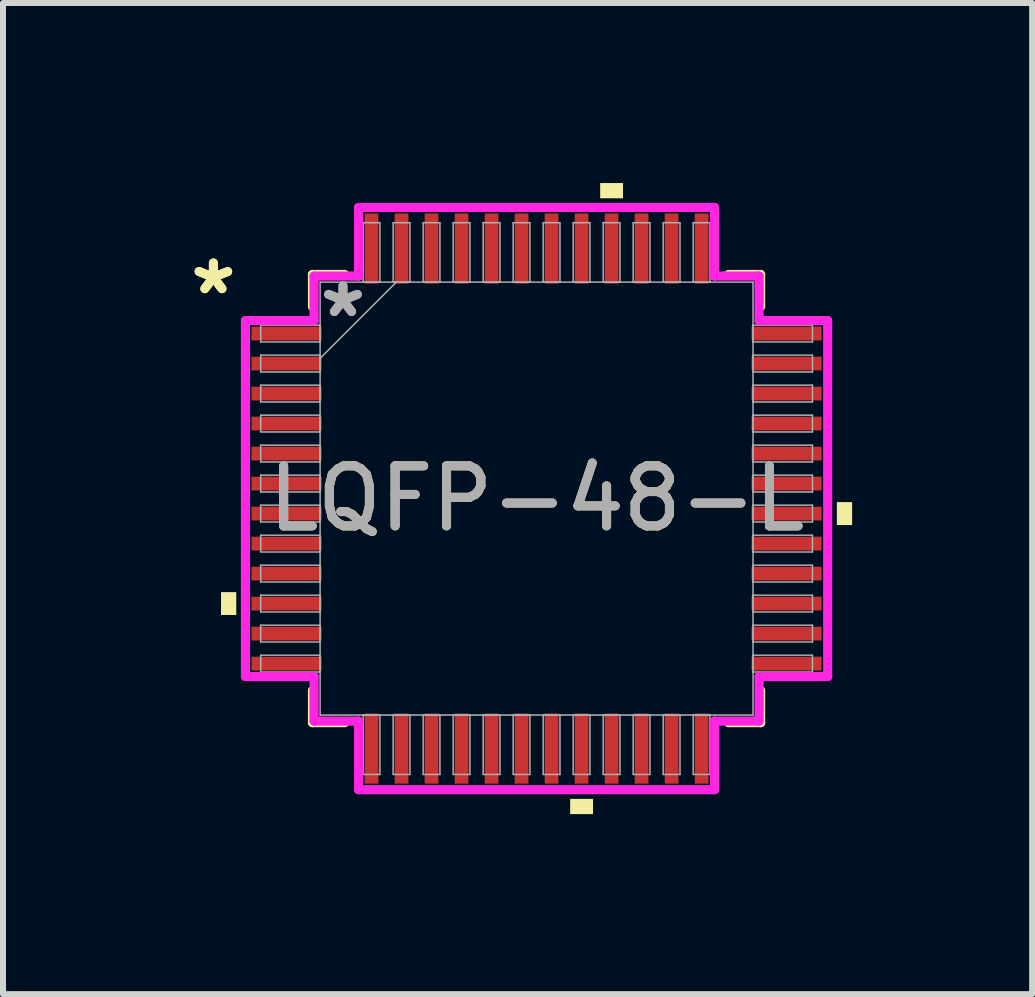
<source format=kicad_pcb>
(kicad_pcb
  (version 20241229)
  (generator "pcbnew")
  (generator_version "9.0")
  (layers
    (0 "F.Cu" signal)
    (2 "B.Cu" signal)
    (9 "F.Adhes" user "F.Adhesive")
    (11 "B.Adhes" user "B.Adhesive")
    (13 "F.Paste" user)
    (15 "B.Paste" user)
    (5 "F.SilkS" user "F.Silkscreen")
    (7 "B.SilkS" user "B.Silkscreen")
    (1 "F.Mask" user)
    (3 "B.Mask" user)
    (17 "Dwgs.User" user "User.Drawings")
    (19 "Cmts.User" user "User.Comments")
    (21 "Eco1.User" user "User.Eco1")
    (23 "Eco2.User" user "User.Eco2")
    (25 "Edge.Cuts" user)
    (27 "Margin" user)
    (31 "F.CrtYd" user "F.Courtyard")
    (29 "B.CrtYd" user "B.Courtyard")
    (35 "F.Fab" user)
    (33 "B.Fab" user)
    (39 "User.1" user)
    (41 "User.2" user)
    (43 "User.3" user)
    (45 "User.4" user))
  (footprint "LQFP-48-L"
    (layer "F.Cu")
    (at 5.891 5.258)
    (property "Reference" "LQFP-48-L" (at 0 0 0) (unlocked yes) (layer "F.SilkS") (effects (font (size 1 1) (thickness 0.15))))
    (attr smd)
    (fp_line (start -3.734 -3.734) (end -3.734 -3.197) (stroke (width 0.152) (type solid)) (layer "F.SilkS"))
    (fp_line (start -3.734 3.197) (end -3.734 3.734) (stroke (width 0.152) (type solid)) (layer "F.SilkS"))
    (fp_line (start -3.734 3.734) (end -3.197 3.734) (stroke (width 0.152) (type solid)) (layer "F.SilkS"))
    (fp_line (start -3.197 -3.734) (end -3.734 -3.734) (stroke (width 0.152) (type solid)) (layer "F.SilkS"))
    (fp_line (start 3.197 3.734) (end 3.734 3.734) (stroke (width 0.152) (type solid)) (layer "F.SilkS"))
    (fp_line (start 3.734 -3.734) (end 3.197 -3.734) (stroke (width 0.152) (type solid)) (layer "F.SilkS"))
    (fp_line (start 3.734 -3.197) (end 3.734 -3.734) (stroke (width 0.152) (type solid)) (layer "F.SilkS"))
    (fp_line (start 3.734 3.734) (end 3.734 3.197) (stroke (width 0.152) (type solid)) (layer "F.SilkS"))
    (fp_poly (pts (xy -5.258 1.559) (xy -5.258 1.94) (xy -5.004 1.94) (xy -5.004 1.559)) (stroke (width 0) (type solid)) (fill yes) (layer "F.SilkS"))
    (fp_poly (pts (xy 0.56 5.004) (xy 0.56 5.258) (xy 0.941 5.258) (xy 0.941 5.004)) (stroke (width 0) (type solid)) (fill yes) (layer "F.SilkS"))
    (fp_poly (pts (xy 1.06 -5.004) (xy 1.06 -5.258) (xy 1.44 -5.258) (xy 1.44 -5.004)) (stroke (width 0) (type solid)) (fill yes) (layer "F.SilkS"))
    (fp_poly (pts (xy 5.258 0.059) (xy 5.258 0.441) (xy 5.004 0.441) (xy 5.004 0.059)) (stroke (width 0) (type solid)) (fill yes) (layer "F.SilkS"))
    (fp_line (start -4.851 -2.966) (end -3.708 -2.966) (stroke (width 0.152) (type solid)) (layer "F.CrtYd"))
    (fp_line (start -4.851 2.966) (end -4.851 -2.966) (stroke (width 0.152) (type solid)) (layer "F.CrtYd"))
    (fp_line (start -3.708 -3.708) (end -2.966 -3.708) (stroke (width 0.152) (type solid)) (layer "F.CrtYd"))
    (fp_line (start -3.708 -2.966) (end -3.708 -3.708) (stroke (width 0.152) (type solid)) (layer "F.CrtYd"))
    (fp_line (start -3.708 2.966) (end -4.851 2.966) (stroke (width 0.152) (type solid)) (layer "F.CrtYd"))
    (fp_line (start -3.708 3.708) (end -3.708 2.966) (stroke (width 0.152) (type solid)) (layer "F.CrtYd"))
    (fp_line (start -3.708 3.708) (end -2.966 3.708) (stroke (width 0.152) (type solid)) (layer "F.CrtYd"))
    (fp_line (start -2.966 -4.851) (end 2.966 -4.851) (stroke (width 0.152) (type solid)) (layer "F.CrtYd"))
    (fp_line (start -2.966 -3.708) (end -2.966 -4.851) (stroke (width 0.152) (type solid)) (layer "F.CrtYd"))
    (fp_line (start -2.966 3.708) (end -2.966 4.851) (stroke (width 0.152) (type solid)) (layer "F.CrtYd"))
    (fp_line (start -2.966 4.851) (end 2.966 4.851) (stroke (width 0.152) (type solid)) (layer "F.CrtYd"))
    (fp_line (start 2.966 -4.851) (end 2.966 -3.708) (stroke (width 0.152) (type solid)) (layer "F.CrtYd"))
    (fp_line (start 2.966 -3.708) (end 3.708 -3.708) (stroke (width 0.152) (type solid)) (layer "F.CrtYd"))
    (fp_line (start 2.966 3.708) (end 3.708 3.708) (stroke (width 0.152) (type solid)) (layer "F.CrtYd"))
    (fp_line (start 2.966 4.851) (end 2.966 3.708) (stroke (width 0.152) (type solid)) (layer "F.CrtYd"))
    (fp_line (start 3.708 -2.966) (end 3.708 -3.708) (stroke (width 0.152) (type solid)) (layer "F.CrtYd"))
    (fp_line (start 3.708 2.966) (end 4.851 2.966) (stroke (width 0.152) (type solid)) (layer "F.CrtYd"))
    (fp_line (start 3.708 3.708) (end 3.708 2.966) (stroke (width 0.152) (type solid)) (layer "F.CrtYd"))
    (fp_line (start 4.851 -2.966) (end 3.708 -2.966) (stroke (width 0.152) (type solid)) (layer "F.CrtYd"))
    (fp_line (start 4.851 2.966) (end 4.851 -2.966) (stroke (width 0.152) (type solid)) (layer "F.CrtYd"))
    (fp_line (start -4.597 -2.89) (end -4.597 -2.61) (stroke (width 0.025) (type solid)) (layer "F.Fab"))
    (fp_line (start -4.597 -2.61) (end -3.607 -2.61) (stroke (width 0.025) (type solid)) (layer "F.Fab"))
    (fp_line (start -4.597 -2.39) (end -4.597 -2.11) (stroke (width 0.025) (type solid)) (layer "F.Fab"))
    (fp_line (start -4.597 -2.11) (end -3.607 -2.11) (stroke (width 0.025) (type solid)) (layer "F.Fab"))
    (fp_line (start -4.597 -1.89) (end -4.597 -1.61) (stroke (width 0.025) (type solid)) (layer "F.Fab"))
    (fp_line (start -4.597 -1.61) (end -3.607 -1.61) (stroke (width 0.025) (type solid)) (layer "F.Fab"))
    (fp_line (start -4.597 -1.39) (end -4.597 -1.11) (stroke (width 0.025) (type solid)) (layer "F.Fab"))
    (fp_line (start -4.597 -1.11) (end -3.607 -1.11) (stroke (width 0.025) (type solid)) (layer "F.Fab"))
    (fp_line (start -4.597 -0.89) (end -4.597 -0.61) (stroke (width 0.025) (type solid)) (layer "F.Fab"))
    (fp_line (start -4.597 -0.61) (end -3.607 -0.61) (stroke (width 0.025) (type solid)) (layer "F.Fab"))
    (fp_line (start -4.597 -0.39) (end -4.597 -0.11) (stroke (width 0.025) (type solid)) (layer "F.Fab"))
    (fp_line (start -4.597 -0.11) (end -3.607 -0.11) (stroke (width 0.025) (type solid)) (layer "F.Fab"))
    (fp_line (start -4.597 0.11) (end -4.597 0.39) (stroke (width 0.025) (type solid)) (layer "F.Fab"))
    (fp_line (start -4.597 0.39) (end -3.607 0.39) (stroke (width 0.025) (type solid)) (layer "F.Fab"))
    (fp_line (start -4.597 0.61) (end -4.597 0.89) (stroke (width 0.025) (type solid)) (layer "F.Fab"))
    (fp_line (start -4.597 0.89) (end -3.607 0.89) (stroke (width 0.025) (type solid)) (layer "F.Fab"))
    (fp_line (start -4.597 1.11) (end -4.597 1.39) (stroke (width 0.025) (type solid)) (layer "F.Fab"))
    (fp_line (start -4.597 1.39) (end -3.607 1.39) (stroke (width 0.025) (type solid)) (layer "F.Fab"))
    (fp_line (start -4.597 1.61) (end -4.597 1.89) (stroke (width 0.025) (type solid)) (layer "F.Fab"))
    (fp_line (start -4.597 1.89) (end -3.607 1.89) (stroke (width 0.025) (type solid)) (layer "F.Fab"))
    (fp_line (start -4.597 2.11) (end -4.597 2.39) (stroke (width 0.025) (type solid)) (layer "F.Fab"))
    (fp_line (start -4.597 2.39) (end -3.607 2.39) (stroke (width 0.025) (type solid)) (layer "F.Fab"))
    (fp_line (start -4.597 2.61) (end -4.597 2.89) (stroke (width 0.025) (type solid)) (layer "F.Fab"))
    (fp_line (start -4.597 2.89) (end -3.607 2.89) (stroke (width 0.025) (type solid)) (layer "F.Fab"))
    (fp_line (start -3.607 -3.607) (end -3.607 3.607) (stroke (width 0.025) (type solid)) (layer "F.Fab"))
    (fp_line (start -3.607 -2.89) (end -4.597 -2.89) (stroke (width 0.025) (type solid)) (layer "F.Fab"))
    (fp_line (start -3.607 -2.61) (end -3.607 -2.89) (stroke (width 0.025) (type solid)) (layer "F.Fab"))
    (fp_line (start -3.607 -2.39) (end -4.597 -2.39) (stroke (width 0.025) (type solid)) (layer "F.Fab"))
    (fp_line (start -3.607 -2.337) (end -2.337 -3.607) (stroke (width 0.025) (type solid)) (layer "F.Fab"))
    (fp_line (start -3.607 -2.11) (end -3.607 -2.39) (stroke (width 0.025) (type solid)) (layer "F.Fab"))
    (fp_line (start -3.607 -1.89) (end -4.597 -1.89) (stroke (width 0.025) (type solid)) (layer "F.Fab"))
    (fp_line (start -3.607 -1.61) (end -3.607 -1.89) (stroke (width 0.025) (type solid)) (layer "F.Fab"))
    (fp_line (start -3.607 -1.39) (end -4.597 -1.39) (stroke (width 0.025) (type solid)) (layer "F.Fab"))
    (fp_line (start -3.607 -1.11) (end -3.607 -1.39) (stroke (width 0.025) (type solid)) (layer "F.Fab"))
    (fp_line (start -3.607 -0.89) (end -4.597 -0.89) (stroke (width 0.025) (type solid)) (layer "F.Fab"))
    (fp_line (start -3.607 -0.61) (end -3.607 -0.89) (stroke (width 0.025) (type solid)) (layer "F.Fab"))
    (fp_line (start -3.607 -0.39) (end -4.597 -0.39) (stroke (width 0.025) (type solid)) (layer "F.Fab"))
    (fp_line (start -3.607 -0.11) (end -3.607 -0.39) (stroke (width 0.025) (type solid)) (layer "F.Fab"))
    (fp_line (start -3.607 0.11) (end -4.597 0.11) (stroke (width 0.025) (type solid)) (layer "F.Fab"))
    (fp_line (start -3.607 0.39) (end -3.607 0.11) (stroke (width 0.025) (type solid)) (layer "F.Fab"))
    (fp_line (start -3.607 0.61) (end -4.597 0.61) (stroke (width 0.025) (type solid)) (layer "F.Fab"))
    (fp_line (start -3.607 0.89) (end -3.607 0.61) (stroke (width 0.025) (type solid)) (layer "F.Fab"))
    (fp_line (start -3.607 1.11) (end -4.597 1.11) (stroke (width 0.025) (type solid)) (layer "F.Fab"))
    (fp_line (start -3.607 1.39) (end -3.607 1.11) (stroke (width 0.025) (type solid)) (layer "F.Fab"))
    (fp_line (start -3.607 1.61) (end -4.597 1.61) (stroke (width 0.025) (type solid)) (layer "F.Fab"))
    (fp_line (start -3.607 1.89) (end -3.607 1.61) (stroke (width 0.025) (type solid)) (layer "F.Fab"))
    (fp_line (start -3.607 2.11) (end -4.597 2.11) (stroke (width 0.025) (type solid)) (layer "F.Fab"))
    (fp_line (start -3.607 2.39) (end -3.607 2.11) (stroke (width 0.025) (type solid)) (layer "F.Fab"))
    (fp_line (start -3.607 2.61) (end -4.597 2.61) (stroke (width 0.025) (type solid)) (layer "F.Fab"))
    (fp_line (start -3.607 2.89) (end -3.607 2.61) (stroke (width 0.025) (type solid)) (layer "F.Fab"))
    (fp_line (start -3.607 3.607) (end 3.607 3.607) (stroke (width 0.025) (type solid)) (layer "F.Fab"))
    (fp_line (start -2.89 -4.597) (end -2.89 -3.607) (stroke (width 0.025) (type solid)) (layer "F.Fab"))
    (fp_line (start -2.89 -3.607) (end -2.61 -3.607) (stroke (width 0.025) (type solid)) (layer "F.Fab"))
    (fp_line (start -2.89 3.607) (end -2.89 4.597) (stroke (width 0.025) (type solid)) (layer "F.Fab"))
    (fp_line (start -2.89 4.597) (end -2.61 4.597) (stroke (width 0.025) (type solid)) (layer "F.Fab"))
    (fp_line (start -2.61 -4.597) (end -2.89 -4.597) (stroke (width 0.025) (type solid)) (layer "F.Fab"))
    (fp_line (start -2.61 -3.607) (end -2.61 -4.597) (stroke (width 0.025) (type solid)) (layer "F.Fab"))
    (fp_line (start -2.61 3.607) (end -2.89 3.607) (stroke (width 0.025) (type solid)) (layer "F.Fab"))
    (fp_line (start -2.61 4.597) (end -2.61 3.607) (stroke (width 0.025) (type solid)) (layer "F.Fab"))
    (fp_line (start -2.39 -4.597) (end -2.39 -3.607) (stroke (width 0.025) (type solid)) (layer "F.Fab"))
    (fp_line (start -2.39 -3.607) (end -2.11 -3.607) (stroke (width 0.025) (type solid)) (layer "F.Fab"))
    (fp_line (start -2.39 3.607) (end -2.39 4.597) (stroke (width 0.025) (type solid)) (layer "F.Fab"))
    (fp_line (start -2.39 4.597) (end -2.11 4.597) (stroke (width 0.025) (type solid)) (layer "F.Fab"))
    (fp_line (start -2.11 -4.597) (end -2.39 -4.597) (stroke (width 0.025) (type solid)) (layer "F.Fab"))
    (fp_line (start -2.11 -3.607) (end -2.11 -4.597) (stroke (width 0.025) (type solid)) (layer "F.Fab"))
    (fp_line (start -2.11 3.607) (end -2.39 3.607) (stroke (width 0.025) (type solid)) (layer "F.Fab"))
    (fp_line (start -2.11 4.597) (end -2.11 3.607) (stroke (width 0.025) (type solid)) (layer "F.Fab"))
    (fp_line (start -1.89 -4.597) (end -1.89 -3.607) (stroke (width 0.025) (type solid)) (layer "F.Fab"))
    (fp_line (start -1.89 -3.607) (end -1.61 -3.607) (stroke (width 0.025) (type solid)) (layer "F.Fab"))
    (fp_line (start -1.89 3.607) (end -1.89 4.597) (stroke (width 0.025) (type solid)) (layer "F.Fab"))
    (fp_line (start -1.89 4.597) (end -1.61 4.597) (stroke (width 0.025) (type solid)) (layer "F.Fab"))
    (fp_line (start -1.61 -4.597) (end -1.89 -4.597) (stroke (width 0.025) (type solid)) (layer "F.Fab"))
    (fp_line (start -1.61 -3.607) (end -1.61 -4.597) (stroke (width 0.025) (type solid)) (layer "F.Fab"))
    (fp_line (start -1.61 3.607) (end -1.89 3.607) (stroke (width 0.025) (type solid)) (layer "F.Fab"))
    (fp_line (start -1.61 4.597) (end -1.61 3.607) (stroke (width 0.025) (type solid)) (layer "F.Fab"))
    (fp_line (start -1.39 -4.597) (end -1.39 -3.607) (stroke (width 0.025) (type solid)) (layer "F.Fab"))
    (fp_line (start -1.39 -3.607) (end -1.11 -3.607) (stroke (width 0.025) (type solid)) (layer "F.Fab"))
    (fp_line (start -1.39 3.607) (end -1.39 4.597) (stroke (width 0.025) (type solid)) (layer "F.Fab"))
    (fp_line (start -1.39 4.597) (end -1.11 4.597) (stroke (width 0.025) (type solid)) (layer "F.Fab"))
    (fp_line (start -1.11 -4.597) (end -1.39 -4.597) (stroke (width 0.025) (type solid)) (layer "F.Fab"))
    (fp_line (start -1.11 -3.607) (end -1.11 -4.597) (stroke (width 0.025) (type solid)) (layer "F.Fab"))
    (fp_line (start -1.11 3.607) (end -1.39 3.607) (stroke (width 0.025) (type solid)) (layer "F.Fab"))
    (fp_line (start -1.11 4.597) (end -1.11 3.607) (stroke (width 0.025) (type solid)) (layer "F.Fab"))
    (fp_line (start -0.89 -4.597) (end -0.89 -3.607) (stroke (width 0.025) (type solid)) (layer "F.Fab"))
    (fp_line (start -0.89 -3.607) (end -0.61 -3.607) (stroke (width 0.025) (type solid)) (layer "F.Fab"))
    (fp_line (start -0.89 3.607) (end -0.89 4.597) (stroke (width 0.025) (type solid)) (layer "F.Fab"))
    (fp_line (start -0.89 4.597) (end -0.61 4.597) (stroke (width 0.025) (type solid)) (layer "F.Fab"))
    (fp_line (start -0.61 -4.597) (end -0.89 -4.597) (stroke (width 0.025) (type solid)) (layer "F.Fab"))
    (fp_line (start -0.61 -3.607) (end -0.61 -4.597) (stroke (width 0.025) (type solid)) (layer "F.Fab"))
    (fp_line (start -0.61 3.607) (end -0.89 3.607) (stroke (width 0.025) (type solid)) (layer "F.Fab"))
    (fp_line (start -0.61 4.597) (end -0.61 3.607) (stroke (width 0.025) (type solid)) (layer "F.Fab"))
    (fp_line (start -0.39 -4.597) (end -0.39 -3.607) (stroke (width 0.025) (type solid)) (layer "F.Fab"))
    (fp_line (start -0.39 -3.607) (end -0.11 -3.607) (stroke (width 0.025) (type solid)) (layer "F.Fab"))
    (fp_line (start -0.39 3.607) (end -0.39 4.597) (stroke (width 0.025) (type solid)) (layer "F.Fab"))
    (fp_line (start -0.39 4.597) (end -0.11 4.597) (stroke (width 0.025) (type solid)) (layer "F.Fab"))
    (fp_line (start -0.11 -4.597) (end -0.39 -4.597) (stroke (width 0.025) (type solid)) (layer "F.Fab"))
    (fp_line (start -0.11 -3.607) (end -0.11 -4.597) (stroke (width 0.025) (type solid)) (layer "F.Fab"))
    (fp_line (start -0.11 3.607) (end -0.39 3.607) (stroke (width 0.025) (type solid)) (layer "F.Fab"))
    (fp_line (start -0.11 4.597) (end -0.11 3.607) (stroke (width 0.025) (type solid)) (layer "F.Fab"))
    (fp_line (start 0.11 -4.597) (end 0.11 -3.607) (stroke (width 0.025) (type solid)) (layer "F.Fab"))
    (fp_line (start 0.11 -3.607) (end 0.39 -3.607) (stroke (width 0.025) (type solid)) (layer "F.Fab"))
    (fp_line (start 0.11 3.607) (end 0.11 4.597) (stroke (width 0.025) (type solid)) (layer "F.Fab"))
    (fp_line (start 0.11 4.597) (end 0.39 4.597) (stroke (width 0.025) (type solid)) (layer "F.Fab"))
    (fp_line (start 0.39 -4.597) (end 0.11 -4.597) (stroke (width 0.025) (type solid)) (layer "F.Fab"))
    (fp_line (start 0.39 -3.607) (end 0.39 -4.597) (stroke (width 0.025) (type solid)) (layer "F.Fab"))
    (fp_line (start 0.39 3.607) (end 0.11 3.607) (stroke (width 0.025) (type solid)) (layer "F.Fab"))
    (fp_line (start 0.39 4.597) (end 0.39 3.607) (stroke (width 0.025) (type solid)) (layer "F.Fab"))
    (fp_line (start 0.61 -4.597) (end 0.61 -3.607) (stroke (width 0.025) (type solid)) (layer "F.Fab"))
    (fp_line (start 0.61 -3.607) (end 0.89 -3.607) (stroke (width 0.025) (type solid)) (layer "F.Fab"))
    (fp_line (start 0.61 3.607) (end 0.61 4.597) (stroke (width 0.025) (type solid)) (layer "F.Fab"))
    (fp_line (start 0.61 4.597) (end 0.89 4.597) (stroke (width 0.025) (type solid)) (layer "F.Fab"))
    (fp_line (start 0.89 -4.597) (end 0.61 -4.597) (stroke (width 0.025) (type solid)) (layer "F.Fab"))
    (fp_line (start 0.89 -3.607) (end 0.89 -4.597) (stroke (width 0.025) (type solid)) (layer "F.Fab"))
    (fp_line (start 0.89 3.607) (end 0.61 3.607) (stroke (width 0.025) (type solid)) (layer "F.Fab"))
    (fp_line (start 0.89 4.597) (end 0.89 3.607) (stroke (width 0.025) (type solid)) (layer "F.Fab"))
    (fp_line (start 1.11 -4.597) (end 1.11 -3.607) (stroke (width 0.025) (type solid)) (layer "F.Fab"))
    (fp_line (start 1.11 -3.607) (end 1.39 -3.607) (stroke (width 0.025) (type solid)) (layer "F.Fab"))
    (fp_line (start 1.11 3.607) (end 1.11 4.597) (stroke (width 0.025) (type solid)) (layer "F.Fab"))
    (fp_line (start 1.11 4.597) (end 1.39 4.597) (stroke (width 0.025) (type solid)) (layer "F.Fab"))
    (fp_line (start 1.39 -4.597) (end 1.11 -4.597) (stroke (width 0.025) (type solid)) (layer "F.Fab"))
    (fp_line (start 1.39 -3.607) (end 1.39 -4.597) (stroke (width 0.025) (type solid)) (layer "F.Fab"))
    (fp_line (start 1.39 3.607) (end 1.11 3.607) (stroke (width 0.025) (type solid)) (layer "F.Fab"))
    (fp_line (start 1.39 4.597) (end 1.39 3.607) (stroke (width 0.025) (type solid)) (layer "F.Fab"))
    (fp_line (start 1.61 -4.597) (end 1.61 -3.607) (stroke (width 0.025) (type solid)) (layer "F.Fab"))
    (fp_line (start 1.61 -3.607) (end 1.89 -3.607) (stroke (width 0.025) (type solid)) (layer "F.Fab"))
    (fp_line (start 1.61 3.607) (end 1.61 4.597) (stroke (width 0.025) (type solid)) (layer "F.Fab"))
    (fp_line (start 1.61 4.597) (end 1.89 4.597) (stroke (width 0.025) (type solid)) (layer "F.Fab"))
    (fp_line (start 1.89 -4.597) (end 1.61 -4.597) (stroke (width 0.025) (type solid)) (layer "F.Fab"))
    (fp_line (start 1.89 -3.607) (end 1.89 -4.597) (stroke (width 0.025) (type solid)) (layer "F.Fab"))
    (fp_line (start 1.89 3.607) (end 1.61 3.607) (stroke (width 0.025) (type solid)) (layer "F.Fab"))
    (fp_line (start 1.89 4.597) (end 1.89 3.607) (stroke (width 0.025) (type solid)) (layer "F.Fab"))
    (fp_line (start 2.11 -4.597) (end 2.11 -3.607) (stroke (width 0.025) (type solid)) (layer "F.Fab"))
    (fp_line (start 2.11 -3.607) (end 2.39 -3.607) (stroke (width 0.025) (type solid)) (layer "F.Fab"))
    (fp_line (start 2.11 3.607) (end 2.11 4.597) (stroke (width 0.025) (type solid)) (layer "F.Fab"))
    (fp_line (start 2.11 4.597) (end 2.39 4.597) (stroke (width 0.025) (type solid)) (layer "F.Fab"))
    (fp_line (start 2.39 -4.597) (end 2.11 -4.597) (stroke (width 0.025) (type solid)) (layer "F.Fab"))
    (fp_line (start 2.39 -3.607) (end 2.39 -4.597) (stroke (width 0.025) (type solid)) (layer "F.Fab"))
    (fp_line (start 2.39 3.607) (end 2.11 3.607) (stroke (width 0.025) (type solid)) (layer "F.Fab"))
    (fp_line (start 2.39 4.597) (end 2.39 3.607) (stroke (width 0.025) (type solid)) (layer "F.Fab"))
    (fp_line (start 2.61 -4.597) (end 2.61 -3.607) (stroke (width 0.025) (type solid)) (layer "F.Fab"))
    (fp_line (start 2.61 -3.607) (end 2.89 -3.607) (stroke (width 0.025) (type solid)) (layer "F.Fab"))
    (fp_line (start 2.61 3.607) (end 2.61 4.597) (stroke (width 0.025) (type solid)) (layer "F.Fab"))
    (fp_line (start 2.61 4.597) (end 2.89 4.597) (stroke (width 0.025) (type solid)) (layer "F.Fab"))
    (fp_line (start 2.89 -4.597) (end 2.61 -4.597) (stroke (width 0.025) (type solid)) (layer "F.Fab"))
    (fp_line (start 2.89 -3.607) (end 2.89 -4.597) (stroke (width 0.025) (type solid)) (layer "F.Fab"))
    (fp_line (start 2.89 3.607) (end 2.61 3.607) (stroke (width 0.025) (type solid)) (layer "F.Fab"))
    (fp_line (start 2.89 4.597) (end 2.89 3.607) (stroke (width 0.025) (type solid)) (layer "F.Fab"))
    (fp_line (start 3.607 -3.607) (end -3.607 -3.607) (stroke (width 0.025) (type solid)) (layer "F.Fab"))
    (fp_line (start 3.607 -2.89) (end 3.607 -2.61) (stroke (width 0.025) (type solid)) (layer "F.Fab"))
    (fp_line (start 3.607 -2.61) (end 4.597 -2.61) (stroke (width 0.025) (type solid)) (layer "F.Fab"))
    (fp_line (start 3.607 -2.39) (end 3.607 -2.11) (stroke (width 0.025) (type solid)) (layer "F.Fab"))
    (fp_line (start 3.607 -2.11) (end 4.597 -2.11) (stroke (width 0.025) (type solid)) (layer "F.Fab"))
    (fp_line (start 3.607 -1.89) (end 3.607 -1.61) (stroke (width 0.025) (type solid)) (layer "F.Fab"))
    (fp_line (start 3.607 -1.61) (end 4.597 -1.61) (stroke (width 0.025) (type solid)) (layer "F.Fab"))
    (fp_line (start 3.607 -1.39) (end 3.607 -1.11) (stroke (width 0.025) (type solid)) (layer "F.Fab"))
    (fp_line (start 3.607 -1.11) (end 4.597 -1.11) (stroke (width 0.025) (type solid)) (layer "F.Fab"))
    (fp_line (start 3.607 -0.89) (end 3.607 -0.61) (stroke (width 0.025) (type solid)) (layer "F.Fab"))
    (fp_line (start 3.607 -0.61) (end 4.597 -0.61) (stroke (width 0.025) (type solid)) (layer "F.Fab"))
    (fp_line (start 3.607 -0.39) (end 3.607 -0.11) (stroke (width 0.025) (type solid)) (layer "F.Fab"))
    (fp_line (start 3.607 -0.11) (end 4.597 -0.11) (stroke (width 0.025) (type solid)) (layer "F.Fab"))
    (fp_line (start 3.607 0.11) (end 3.607 0.39) (stroke (width 0.025) (type solid)) (layer "F.Fab"))
    (fp_line (start 3.607 0.39) (end 4.597 0.39) (stroke (width 0.025) (type solid)) (layer "F.Fab"))
    (fp_line (start 3.607 0.61) (end 3.607 0.89) (stroke (width 0.025) (type solid)) (layer "F.Fab"))
    (fp_line (start 3.607 0.89) (end 4.597 0.89) (stroke (width 0.025) (type solid)) (layer "F.Fab"))
    (fp_line (start 3.607 1.11) (end 3.607 1.39) (stroke (width 0.025) (type solid)) (layer "F.Fab"))
    (fp_line (start 3.607 1.39) (end 4.597 1.39) (stroke (width 0.025) (type solid)) (layer "F.Fab"))
    (fp_line (start 3.607 1.61) (end 3.607 1.89) (stroke (width 0.025) (type solid)) (layer "F.Fab"))
    (fp_line (start 3.607 1.89) (end 4.597 1.89) (stroke (width 0.025) (type solid)) (layer "F.Fab"))
    (fp_line (start 3.607 2.11) (end 3.607 2.39) (stroke (width 0.025) (type solid)) (layer "F.Fab"))
    (fp_line (start 3.607 2.39) (end 4.597 2.39) (stroke (width 0.025) (type solid)) (layer "F.Fab"))
    (fp_line (start 3.607 2.61) (end 3.607 2.89) (stroke (width 0.025) (type solid)) (layer "F.Fab"))
    (fp_line (start 3.607 2.89) (end 4.597 2.89) (stroke (width 0.025) (type solid)) (layer "F.Fab"))
    (fp_line (start 3.607 3.607) (end 3.607 -3.607) (stroke (width 0.025) (type solid)) (layer "F.Fab"))
    (fp_line (start 4.597 -2.89) (end 3.607 -2.89) (stroke (width 0.025) (type solid)) (layer "F.Fab"))
    (fp_line (start 4.597 -2.61) (end 4.597 -2.89) (stroke (width 0.025) (type solid)) (layer "F.Fab"))
    (fp_line (start 4.597 -2.39) (end 3.607 -2.39) (stroke (width 0.025) (type solid)) (layer "F.Fab"))
    (fp_line (start 4.597 -2.11) (end 4.597 -2.39) (stroke (width 0.025) (type solid)) (layer "F.Fab"))
    (fp_line (start 4.597 -1.89) (end 3.607 -1.89) (stroke (width 0.025) (type solid)) (layer "F.Fab"))
    (fp_line (start 4.597 -1.61) (end 4.597 -1.89) (stroke (width 0.025) (type solid)) (layer "F.Fab"))
    (fp_line (start 4.597 -1.39) (end 3.607 -1.39) (stroke (width 0.025) (type solid)) (layer "F.Fab"))
    (fp_line (start 4.597 -1.11) (end 4.597 -1.39) (stroke (width 0.025) (type solid)) (layer "F.Fab"))
    (fp_line (start 4.597 -0.89) (end 3.607 -0.89) (stroke (width 0.025) (type solid)) (layer "F.Fab"))
    (fp_line (start 4.597 -0.61) (end 4.597 -0.89) (stroke (width 0.025) (type solid)) (layer "F.Fab"))
    (fp_line (start 4.597 -0.39) (end 3.607 -0.39) (stroke (width 0.025) (type solid)) (layer "F.Fab"))
    (fp_line (start 4.597 -0.11) (end 4.597 -0.39) (stroke (width 0.025) (type solid)) (layer "F.Fab"))
    (fp_line (start 4.597 0.11) (end 3.607 0.11) (stroke (width 0.025) (type solid)) (layer "F.Fab"))
    (fp_line (start 4.597 0.39) (end 4.597 0.11) (stroke (width 0.025) (type solid)) (layer "F.Fab"))
    (fp_line (start 4.597 0.61) (end 3.607 0.61) (stroke (width 0.025) (type solid)) (layer "F.Fab"))
    (fp_line (start 4.597 0.89) (end 4.597 0.61) (stroke (width 0.025) (type solid)) (layer "F.Fab"))
    (fp_line (start 4.597 1.11) (end 3.607 1.11) (stroke (width 0.025) (type solid)) (layer "F.Fab"))
    (fp_line (start 4.597 1.39) (end 4.597 1.11) (stroke (width 0.025) (type solid)) (layer "F.Fab"))
    (fp_line (start 4.597 1.61) (end 3.607 1.61) (stroke (width 0.025) (type solid)) (layer "F.Fab"))
    (fp_line (start 4.597 1.89) (end 4.597 1.61) (stroke (width 0.025) (type solid)) (layer "F.Fab"))
    (fp_line (start 4.597 2.11) (end 3.607 2.11) (stroke (width 0.025) (type solid)) (layer "F.Fab"))
    (fp_line (start 4.597 2.39) (end 4.597 2.11) (stroke (width 0.025) (type solid)) (layer "F.Fab"))
    (fp_line (start 4.597 2.61) (end 3.607 2.61) (stroke (width 0.025) (type solid)) (layer "F.Fab"))
    (fp_line (start 4.597 2.89) (end 4.597 2.61) (stroke (width 0.025) (type solid)) (layer "F.Fab"))
    (fp_text user "*" (at -5.385 -3.381 0) (layer "F.SilkS") (effects (font (size 1 1) (thickness 0.15))))
    (fp_text user "*" (at -5.385 -3.381 0) (unlocked yes) (layer "F.SilkS") (effects (font (size 1 1) (thickness 0.15))))
    (fp_text user "*" (at -3.226 -3 0) (unlocked yes) (layer "F.Fab") (effects (font (size 1 1) (thickness 0.15))))
    (fp_text user "*" (at -3.226 -3 0) (layer "F.Fab") (effects (font (size 1 1) (thickness 0.15))))
    (fp_text user "${REFERENCE}" (at 0 0 0) (unlocked yes) (layer "F.Fab") (effects (font (size 1 1) (thickness 0.15))))
    (pad "1" smd rect (at -4.166 -2.75 90) (size 0.229 1.168) (layers "F.Cu" "F.Mask" "F.Paste"))
    (pad "2" smd rect (at -4.166 -2.25 90) (size 0.229 1.168) (layers "F.Cu" "F.Mask" "F.Paste"))
    (pad "3" smd rect (at -4.166 -1.75 90) (size 0.229 1.168) (layers "F.Cu" "F.Mask" "F.Paste"))
    (pad "4" smd rect (at -4.166 -1.25 90) (size 0.229 1.168) (layers "F.Cu" "F.Mask" "F.Paste"))
    (pad "5" smd rect (at -4.166 -0.75 90) (size 0.229 1.168) (layers "F.Cu" "F.Mask" "F.Paste"))
    (pad "6" smd rect (at -4.166 -0.25 90) (size 0.229 1.168) (layers "F.Cu" "F.Mask" "F.Paste"))
    (pad "7" smd rect (at -4.166 0.25 90) (size 0.229 1.168) (layers "F.Cu" "F.Mask" "F.Paste"))
    (pad "8" smd rect (at -4.166 0.75 90) (size 0.229 1.168) (layers "F.Cu" "F.Mask" "F.Paste"))
    (pad "9" smd rect (at -4.166 1.25 90) (size 0.229 1.168) (layers "F.Cu" "F.Mask" "F.Paste"))
    (pad "10" smd rect (at -4.166 1.75 90) (size 0.229 1.168) (layers "F.Cu" "F.Mask" "F.Paste"))
    (pad "11" smd rect (at -4.166 2.25 90) (size 0.229 1.168) (layers "F.Cu" "F.Mask" "F.Paste"))
    (pad "12" smd rect (at -4.166 2.75 90) (size 0.229 1.168) (layers "F.Cu" "F.Mask" "F.Paste"))
    (pad "13" smd rect (at -2.75 4.166) (size 0.229 1.168) (layers "F.Cu" "F.Mask" "F.Paste"))
    (pad "14" smd rect (at -2.25 4.166) (size 0.229 1.168) (layers "F.Cu" "F.Mask" "F.Paste"))
    (pad "15" smd rect (at -1.75 4.166) (size 0.229 1.168) (layers "F.Cu" "F.Mask" "F.Paste"))
    (pad "16" smd rect (at -1.25 4.166) (size 0.229 1.168) (layers "F.Cu" "F.Mask" "F.Paste"))
    (pad "17" smd rect (at -0.75 4.166) (size 0.229 1.168) (layers "F.Cu" "F.Mask" "F.Paste"))
    (pad "18" smd rect (at -0.25 4.166) (size 0.229 1.168) (layers "F.Cu" "F.Mask" "F.Paste"))
    (pad "19" smd rect (at 0.25 4.166) (size 0.229 1.168) (layers "F.Cu" "F.Mask" "F.Paste"))
    (pad "20" smd rect (at 0.75 4.166) (size 0.229 1.168) (layers "F.Cu" "F.Mask" "F.Paste"))
    (pad "21" smd rect (at 1.25 4.166) (size 0.229 1.168) (layers "F.Cu" "F.Mask" "F.Paste"))
    (pad "22" smd rect (at 1.75 4.166) (size 0.229 1.168) (layers "F.Cu" "F.Mask" "F.Paste"))
    (pad "23" smd rect (at 2.25 4.166) (size 0.229 1.168) (layers "F.Cu" "F.Mask" "F.Paste"))
    (pad "24" smd rect (at 2.75 4.166) (size 0.229 1.168) (layers "F.Cu" "F.Mask" "F.Paste"))
    (pad "25" smd rect (at 4.166 2.75 90) (size 0.229 1.168) (layers "F.Cu" "F.Mask" "F.Paste"))
    (pad "26" smd rect (at 4.166 2.25 90) (size 0.229 1.168) (layers "F.Cu" "F.Mask" "F.Paste"))
    (pad "27" smd rect (at 4.166 1.75 90) (size 0.229 1.168) (layers "F.Cu" "F.Mask" "F.Paste"))
    (pad "28" smd rect (at 4.166 1.25 90) (size 0.229 1.168) (layers "F.Cu" "F.Mask" "F.Paste"))
    (pad "29" smd rect (at 4.166 0.75 90) (size 0.229 1.168) (layers "F.Cu" "F.Mask" "F.Paste"))
    (pad "30" smd rect (at 4.166 0.25 90) (size 0.229 1.168) (layers "F.Cu" "F.Mask" "F.Paste"))
    (pad "31" smd rect (at 4.166 -0.25 90) (size 0.229 1.168) (layers "F.Cu" "F.Mask" "F.Paste"))
    (pad "32" smd rect (at 4.166 -0.75 90) (size 0.229 1.168) (layers "F.Cu" "F.Mask" "F.Paste"))
    (pad "33" smd rect (at 4.166 -1.25 90) (size 0.229 1.168) (layers "F.Cu" "F.Mask" "F.Paste"))
    (pad "34" smd rect (at 4.166 -1.75 90) (size 0.229 1.168) (layers "F.Cu" "F.Mask" "F.Paste"))
    (pad "35" smd rect (at 4.166 -2.25 90) (size 0.229 1.168) (layers "F.Cu" "F.Mask" "F.Paste"))
    (pad "36" smd rect (at 4.166 -2.75 90) (size 0.229 1.168) (layers "F.Cu" "F.Mask" "F.Paste"))
    (pad "37" smd rect (at 2.75 -4.166) (size 0.229 1.168) (layers "F.Cu" "F.Mask" "F.Paste"))
    (pad "38" smd rect (at 2.25 -4.166) (size 0.229 1.168) (layers "F.Cu" "F.Mask" "F.Paste"))
    (pad "39" smd rect (at 1.75 -4.166) (size 0.229 1.168) (layers "F.Cu" "F.Mask" "F.Paste"))
    (pad "40" smd rect (at 1.25 -4.166) (size 0.229 1.168) (layers "F.Cu" "F.Mask" "F.Paste"))
    (pad "41" smd rect (at 0.75 -4.166) (size 0.229 1.168) (layers "F.Cu" "F.Mask" "F.Paste"))
    (pad "42" smd rect (at 0.25 -4.166) (size 0.229 1.168) (layers "F.Cu" "F.Mask" "F.Paste"))
    (pad "43" smd rect (at -0.25 -4.166) (size 0.229 1.168) (layers "F.Cu" "F.Mask" "F.Paste"))
    (pad "44" smd rect (at -0.75 -4.166) (size 0.229 1.168) (layers "F.Cu" "F.Mask" "F.Paste"))
    (pad "45" smd rect (at -1.25 -4.166) (size 0.229 1.168) (layers "F.Cu" "F.Mask" "F.Paste"))
    (pad "46" smd rect (at -1.75 -4.166) (size 0.229 1.168) (layers "F.Cu" "F.Mask" "F.Paste"))
    (pad "47" smd rect (at -2.25 -4.166) (size 0.229 1.168) (layers "F.Cu" "F.Mask" "F.Paste"))
    (pad "48" smd rect (at -2.75 -4.166) (size 0.229 1.168) (layers "F.Cu" "F.Mask" "F.Paste")))
  (gr_rect
    (start -3 -3)
    (end 14.149 13.516)
    (stroke (width 0.1) (type default))
    (fill no)
    (layer "Edge.Cuts")))
</source>
